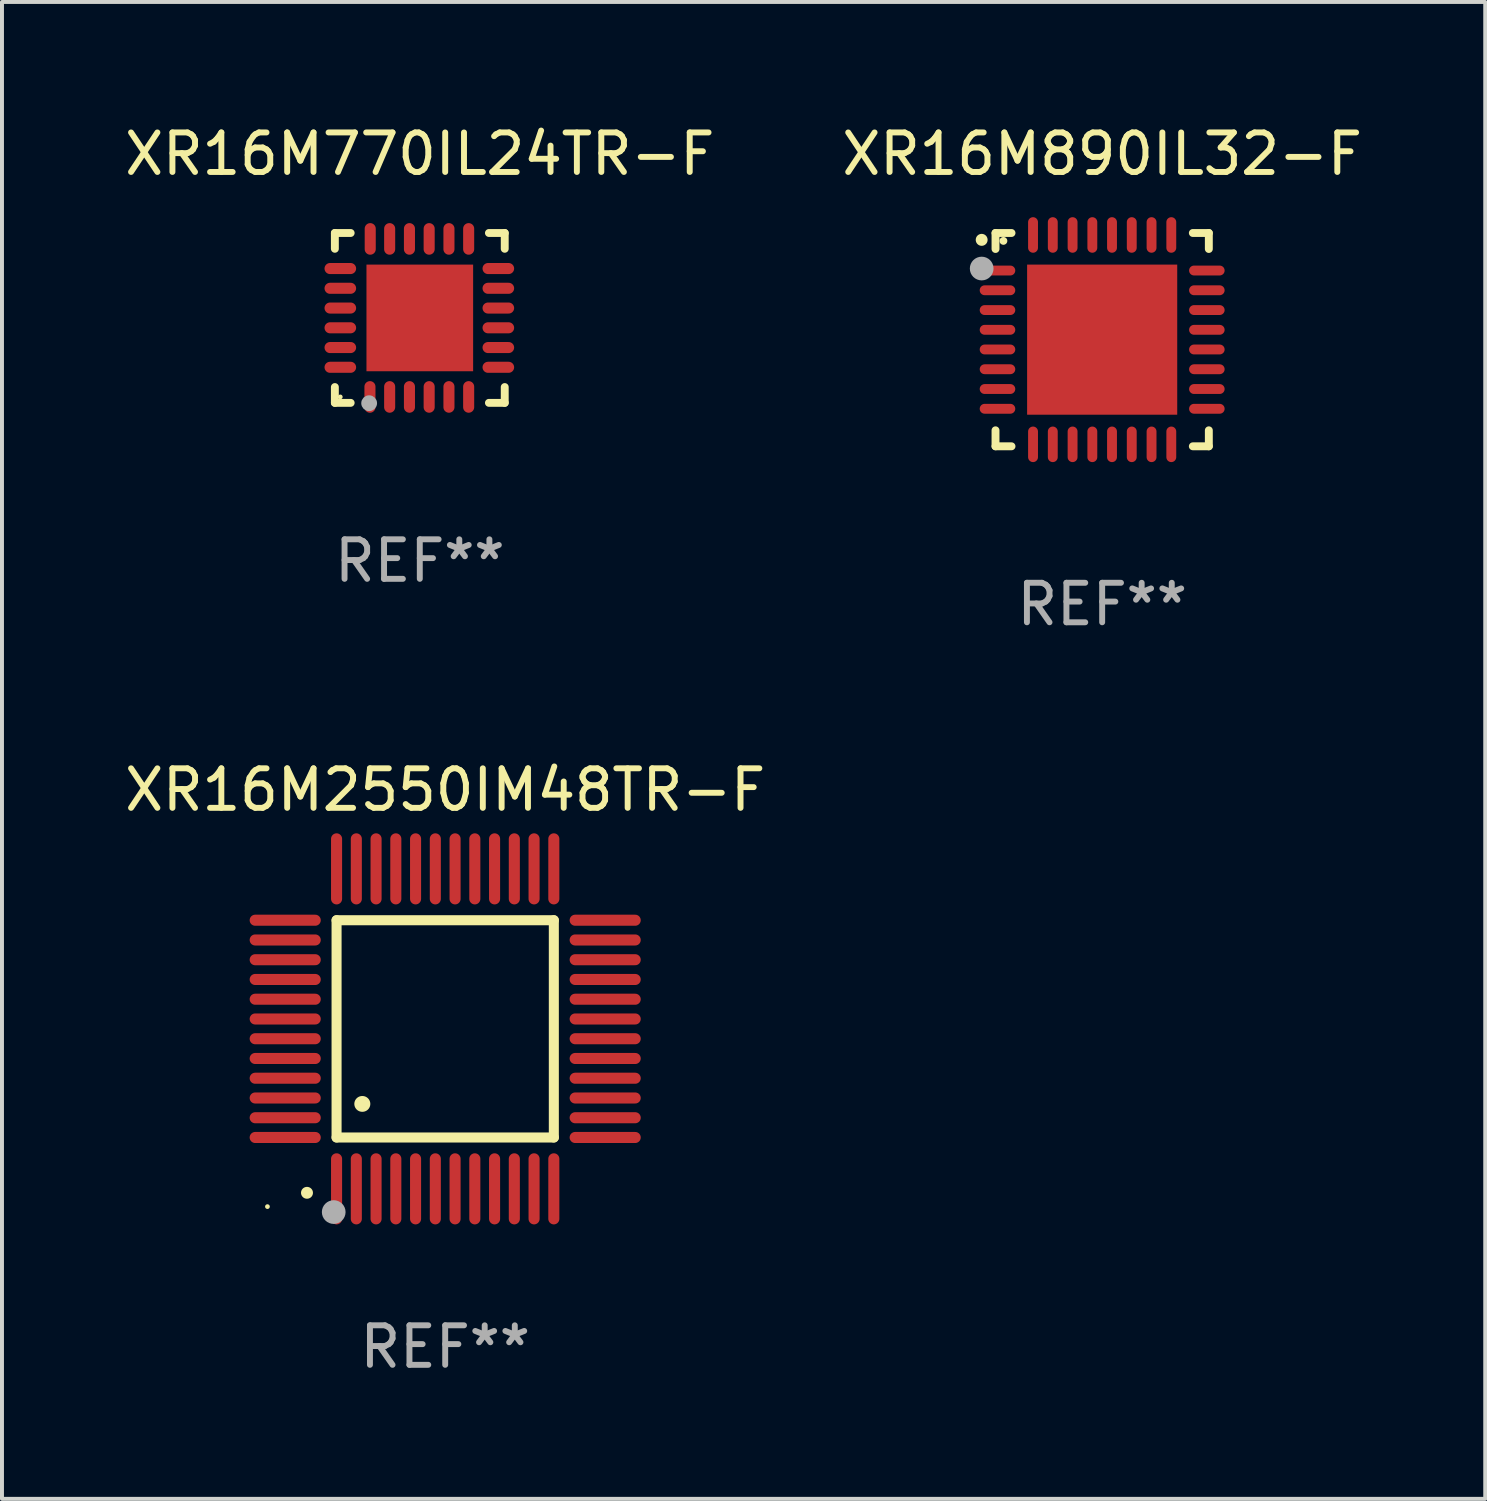
<source format=kicad_pcb>
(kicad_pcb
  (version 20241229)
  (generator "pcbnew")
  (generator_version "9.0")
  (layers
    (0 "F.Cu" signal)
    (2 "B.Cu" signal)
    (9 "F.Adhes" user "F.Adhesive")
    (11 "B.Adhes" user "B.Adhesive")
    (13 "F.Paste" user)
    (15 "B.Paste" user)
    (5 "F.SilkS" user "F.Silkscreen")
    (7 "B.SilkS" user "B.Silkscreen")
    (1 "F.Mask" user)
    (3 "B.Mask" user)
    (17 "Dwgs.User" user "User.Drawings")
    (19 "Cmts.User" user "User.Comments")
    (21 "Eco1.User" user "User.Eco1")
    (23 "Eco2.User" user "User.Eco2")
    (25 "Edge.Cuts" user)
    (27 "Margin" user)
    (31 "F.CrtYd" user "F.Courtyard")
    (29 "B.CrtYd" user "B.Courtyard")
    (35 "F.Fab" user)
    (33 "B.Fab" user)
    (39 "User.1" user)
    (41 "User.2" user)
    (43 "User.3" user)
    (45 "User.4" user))
  (footprint "XR16M890IL32-F"
    (layer "F.Cu")
    (at 24.851 5.548)
    (property "Reference" "XR16M890IL32-F" (at 0 -4.7 0) (layer "F.SilkS") (effects (font (size 1 1) (thickness 0.15))))
    (attr through_hole)
    (fp_line (start -2.7 -2.7) (end -2.295 -2.7) (stroke (width 0.2) (type solid)) (layer "F.SilkS"))
    (fp_line (start -2.7 -2.295) (end -2.7 -2.7) (stroke (width 0.2) (type solid)) (layer "F.SilkS"))
    (fp_line (start -2.7 2.295) (end -2.7 2.7) (stroke (width 0.2) (type solid)) (layer "F.SilkS"))
    (fp_line (start -2.7 2.7) (end -2.295 2.7) (stroke (width 0.2) (type solid)) (layer "F.SilkS"))
    (fp_line (start 2.295 -2.7) (end 2.7 -2.7) (stroke (width 0.2) (type solid)) (layer "F.SilkS"))
    (fp_line (start 2.295 2.7) (end 2.7 2.7) (stroke (width 0.2) (type solid)) (layer "F.SilkS"))
    (fp_line (start 2.7 -2.7) (end 2.7 -2.295) (stroke (width 0.2) (type solid)) (layer "F.SilkS"))
    (fp_line (start 2.7 2.7) (end 2.7 2.295) (stroke (width 0.2) (type solid)) (layer "F.SilkS"))
    (fp_arc (start -3.050546 -2.525349) (mid -3.050551 -2.526619) (end -3.050546 -2.527889) (stroke (width 0.3) (type solid)) (layer "F.SilkS"))
    (fp_circle (center -2.5 -2.5) (end -2.45 -2.5) (stroke (width 0.1) (type solid)) (fill no) (layer "F.SilkS"))
    (fp_circle (center -3.05 -1.8) (end -2.9 -1.8) (stroke (width 0.3) (type solid)) (fill no) (layer "F.Fab"))
    (fp_text user "REF**" (at 0 6.7 0) (layer "F.Fab") (effects (font (size 1 1) (thickness 0.15))))
    (pad "1" smd oval (at -2.65 -1.75) (size 0.9 0.25) (layers "F.Cu" "F.Mask" "F.Paste"))
    (pad "2" smd oval (at -2.65 -1.25) (size 0.9 0.25) (layers "F.Cu" "F.Mask" "F.Paste"))
    (pad "3" smd oval (at -2.65 -0.749) (size 0.9 0.25) (layers "F.Cu" "F.Mask" "F.Paste"))
    (pad "4" smd oval (at -2.65 -0.249) (size 0.9 0.25) (layers "F.Cu" "F.Mask" "F.Paste"))
    (pad "5" smd oval (at -2.65 0.249) (size 0.9 0.25) (layers "F.Cu" "F.Mask" "F.Paste"))
    (pad "6" smd oval (at -2.65 0.749) (size 0.9 0.25) (layers "F.Cu" "F.Mask" "F.Paste"))
    (pad "7" smd oval (at -2.65 1.25) (size 0.9 0.25) (layers "F.Cu" "F.Mask" "F.Paste"))
    (pad "8" smd oval (at -2.65 1.75) (size 0.9 0.25) (layers "F.Cu" "F.Mask" "F.Paste"))
    (pad "9" smd oval (at -1.75 2.65) (size 0.25 0.9) (layers "F.Cu" "F.Mask" "F.Paste"))
    (pad "10" smd oval (at -1.25 2.65) (size 0.25 0.9) (layers "F.Cu" "F.Mask" "F.Paste"))
    (pad "11" smd oval (at -0.749 2.65) (size 0.25 0.9) (layers "F.Cu" "F.Mask" "F.Paste"))
    (pad "12" smd oval (at -0.249 2.65) (size 0.25 0.9) (layers "F.Cu" "F.Mask" "F.Paste"))
    (pad "13" smd oval (at 0.249 2.65) (size 0.25 0.9) (layers "F.Cu" "F.Mask" "F.Paste"))
    (pad "14" smd oval (at 0.749 2.65) (size 0.25 0.9) (layers "F.Cu" "F.Mask" "F.Paste"))
    (pad "15" smd oval (at 1.25 2.65) (size 0.25 0.9) (layers "F.Cu" "F.Mask" "F.Paste"))
    (pad "16" smd oval (at 1.75 2.65) (size 0.25 0.9) (layers "F.Cu" "F.Mask" "F.Paste"))
    (pad "17" smd oval (at 2.65 1.75) (size 0.9 0.25) (layers "F.Cu" "F.Mask" "F.Paste"))
    (pad "18" smd oval (at 2.65 1.25) (size 0.9 0.25) (layers "F.Cu" "F.Mask" "F.Paste"))
    (pad "19" smd oval (at 2.65 0.749) (size 0.9 0.25) (layers "F.Cu" "F.Mask" "F.Paste"))
    (pad "20" smd oval (at 2.65 0.249) (size 0.9 0.25) (layers "F.Cu" "F.Mask" "F.Paste"))
    (pad "21" smd oval (at 2.65 -0.249) (size 0.9 0.25) (layers "F.Cu" "F.Mask" "F.Paste"))
    (pad "22" smd oval (at 2.65 -0.749) (size 0.9 0.25) (layers "F.Cu" "F.Mask" "F.Paste"))
    (pad "23" smd oval (at 2.65 -1.25) (size 0.9 0.25) (layers "F.Cu" "F.Mask" "F.Paste"))
    (pad "24" smd oval (at 2.65 -1.75) (size 0.9 0.25) (layers "F.Cu" "F.Mask" "F.Paste"))
    (pad "25" smd oval (at 1.75 -2.65) (size 0.25 0.9) (layers "F.Cu" "F.Mask" "F.Paste"))
    (pad "26" smd oval (at 1.25 -2.65) (size 0.25 0.9) (layers "F.Cu" "F.Mask" "F.Paste"))
    (pad "27" smd oval (at 0.749 -2.65) (size 0.25 0.9) (layers "F.Cu" "F.Mask" "F.Paste"))
    (pad "28" smd oval (at 0.249 -2.65) (size 0.25 0.9) (layers "F.Cu" "F.Mask" "F.Paste"))
    (pad "29" smd oval (at -0.249 -2.65) (size 0.25 0.9) (layers "F.Cu" "F.Mask" "F.Paste"))
    (pad "30" smd oval (at -0.749 -2.65) (size 0.25 0.9) (layers "F.Cu" "F.Mask" "F.Paste"))
    (pad "31" smd oval (at -1.25 -2.65) (size 0.25 0.9) (layers "F.Cu" "F.Mask" "F.Paste"))
    (pad "32" smd oval (at -1.75 -2.65) (size 0.25 0.9) (layers "F.Cu" "F.Mask" "F.Paste"))
    (pad "33" smd rect (at -0.000025 0.000127) (size 3.8 3.8) (layers "F.Cu" "F.Mask" "F.Paste")))
  (footprint "XR16M770IL24TR-F"
    (layer "F.Cu")
    (at 7.577 4.998)
    (property "Reference" "XR16M770IL24TR-F" (at 0 -4.15 0) (layer "F.SilkS") (effects (font (size 1 1) (thickness 0.15))))
    (attr through_hole)
    (fp_line (start -2.15 -2.15) (end -1.75 -2.15) (stroke (width 0.2) (type solid)) (layer "F.SilkS"))
    (fp_line (start -2.15 -1.75) (end -2.15 -2.15) (stroke (width 0.2) (type solid)) (layer "F.SilkS"))
    (fp_line (start -2.15 2.15) (end -2.15 1.75) (stroke (width 0.2) (type solid)) (layer "F.SilkS"))
    (fp_line (start -1.75 2.15) (end -2.15 2.15) (stroke (width 0.2) (type solid)) (layer "F.SilkS"))
    (fp_line (start 2.15 -2.15) (end 1.75 -2.15) (stroke (width 0.2) (type solid)) (layer "F.SilkS"))
    (fp_line (start 2.15 -1.75) (end 2.15 -2.15) (stroke (width 0.2) (type solid)) (layer "F.SilkS"))
    (fp_line (start 2.15 1.75) (end 2.15 2.15) (stroke (width 0.2) (type solid)) (layer "F.SilkS"))
    (fp_line (start 2.15 2.15) (end 1.75 2.15) (stroke (width 0.2) (type solid)) (layer "F.SilkS"))
    (fp_circle (center -2.013 2) (end -1.983 2) (stroke (width 0.06) (type solid)) (fill no) (layer "F.SilkS"))
    (fp_circle (center -1.282 2.159) (end -1.182 2.159) (stroke (width 0.2) (type solid)) (fill no) (layer "F.Fab"))
    (fp_text user "REF**" (at 0 6.15 0) (layer "F.Fab") (effects (font (size 1 1) (thickness 0.15))))
    (pad "1" smd oval (at -1.262 2) (size 0.28 0.8) (layers "F.Cu" "F.Mask" "F.Paste"))
    (pad "2" smd oval (at -0.763 2) (size 0.28 0.8) (layers "F.Cu" "F.Mask" "F.Paste"))
    (pad "3" smd oval (at -0.262 2) (size 0.28 0.8) (layers "F.Cu" "F.Mask" "F.Paste"))
    (pad "4" smd oval (at 0.237 2) (size 0.28 0.8) (layers "F.Cu" "F.Mask" "F.Paste"))
    (pad "5" smd oval (at 0.738 2) (size 0.28 0.8) (layers "F.Cu" "F.Mask" "F.Paste"))
    (pad "6" smd oval (at 1.237 2) (size 0.28 0.8) (layers "F.Cu" "F.Mask" "F.Paste"))
    (pad "7" smd oval (at 1.988 1.25) (size 0.8 0.28) (layers "F.Cu" "F.Mask" "F.Paste"))
    (pad "8" smd oval (at 1.988 0.75) (size 0.8 0.28) (layers "F.Cu" "F.Mask" "F.Paste"))
    (pad "9" smd oval (at 1.988 0.25) (size 0.8 0.28) (layers "F.Cu" "F.Mask" "F.Paste"))
    (pad "10" smd oval (at 1.988 -0.25) (size 0.8 0.28) (layers "F.Cu" "F.Mask" "F.Paste"))
    (pad "11" smd oval (at 1.988 -0.75) (size 0.8 0.28) (layers "F.Cu" "F.Mask" "F.Paste"))
    (pad "12" smd oval (at 1.988 -1.25) (size 0.8 0.28) (layers "F.Cu" "F.Mask" "F.Paste"))
    (pad "13" smd oval (at 1.237 -2) (size 0.28 0.8) (layers "F.Cu" "F.Mask" "F.Paste"))
    (pad "14" smd oval (at 0.738 -2) (size 0.28 0.8) (layers "F.Cu" "F.Mask" "F.Paste"))
    (pad "15" smd oval (at 0.237 -2) (size 0.28 0.8) (layers "F.Cu" "F.Mask" "F.Paste"))
    (pad "16" smd oval (at -0.262 -2) (size 0.28 0.8) (layers "F.Cu" "F.Mask" "F.Paste"))
    (pad "17" smd oval (at -0.763 -2) (size 0.28 0.8) (layers "F.Cu" "F.Mask" "F.Paste"))
    (pad "18" smd oval (at -1.255 -2) (size 0.28 0.8) (layers "F.Cu" "F.Mask" "F.Paste"))
    (pad "19" smd oval (at -2.012 -1.25) (size 0.8 0.28) (layers "F.Cu" "F.Mask" "F.Paste"))
    (pad "20" smd oval (at -2.012 -0.75) (size 0.8 0.28) (layers "F.Cu" "F.Mask" "F.Paste"))
    (pad "21" smd oval (at -2.012 -0.25) (size 0.8 0.28) (layers "F.Cu" "F.Mask" "F.Paste"))
    (pad "22" smd oval (at -2.012 0.25) (size 0.8 0.28) (layers "F.Cu" "F.Mask" "F.Paste"))
    (pad "23" smd oval (at -2.012 0.75) (size 0.8 0.28) (layers "F.Cu" "F.Mask" "F.Paste"))
    (pad "24" smd oval (at -2.012 1.25) (size 0.8 0.28) (layers "F.Cu" "F.Mask" "F.Paste"))
    (pad "25" smd rect (at -0.000013 -0.000025) (size 2.7 2.7) (layers "F.Cu" "F.Mask" "F.Paste")))
  (footprint "XR16M2550IM48TR-F"
    (layer "F.Cu")
    (at 8.22 22.995)
    (property "Reference" "XR16M2550IM48TR-F" (at 0 -6.05 0) (layer "F.SilkS") (effects (font (size 1 1) (thickness 0.15))))
    (attr through_hole)
    (fp_line (start -2.75 -2.75) (end 2.75 -2.75) (stroke (width 0.254) (type solid)) (layer "F.SilkS"))
    (fp_line (start -2.75 2.75) (end -2.75 -2.75) (stroke (width 0.254) (type solid)) (layer "F.SilkS"))
    (fp_line (start 2.75 -2.75) (end 2.75 2.75) (stroke (width 0.254) (type solid)) (layer "F.SilkS"))
    (fp_line (start 2.75 2.75) (end -2.75 2.75) (stroke (width 0.254) (type solid)) (layer "F.SilkS"))
    (fp_arc (start -3.500127 4.150368) (mid -3.498857 4.150363) (end -3.497587 4.150368) (stroke (width 0.3) (type solid)) (layer "F.SilkS"))
    (fp_arc (start -2.100584 1.899924) (mid -2.098044 1.899908) (end -2.095504 1.899924) (stroke (width 0.4) (type solid)) (layer "F.SilkS"))
    (fp_circle (center -4.5 4.5) (end -4.47 4.5) (stroke (width 0.06) (type solid)) (fill no) (layer "F.SilkS"))
    (fp_circle (center -2.822 4.638) (end -2.672 4.638) (stroke (width 0.3) (type solid)) (fill no) (layer "F.Fab"))
    (fp_text user "REF**" (at 0 8.05 0) (layer "F.Fab") (effects (font (size 1 1) (thickness 0.15))))
    (pad "1" smd oval (at -2.75 4.05) (size 0.28 1.8) (layers "F.Cu" "F.Mask" "F.Paste"))
    (pad "2" smd oval (at -2.25 4.05) (size 0.28 1.8) (layers "F.Cu" "F.Mask" "F.Paste"))
    (pad "3" smd oval (at -1.75 4.05) (size 0.28 1.8) (layers "F.Cu" "F.Mask" "F.Paste"))
    (pad "4" smd oval (at -1.25 4.05) (size 0.28 1.8) (layers "F.Cu" "F.Mask" "F.Paste"))
    (pad "5" smd oval (at -0.75 4.05) (size 0.28 1.8) (layers "F.Cu" "F.Mask" "F.Paste"))
    (pad "6" smd oval (at -0.25 4.05) (size 0.28 1.8) (layers "F.Cu" "F.Mask" "F.Paste"))
    (pad "7" smd oval (at 0.25 4.05) (size 0.28 1.8) (layers "F.Cu" "F.Mask" "F.Paste"))
    (pad "8" smd oval (at 0.75 4.05) (size 0.28 1.8) (layers "F.Cu" "F.Mask" "F.Paste"))
    (pad "9" smd oval (at 1.25 4.05) (size 0.28 1.8) (layers "F.Cu" "F.Mask" "F.Paste"))
    (pad "10" smd oval (at 1.75 4.05) (size 0.28 1.8) (layers "F.Cu" "F.Mask" "F.Paste"))
    (pad "11" smd oval (at 2.25 4.05) (size 0.28 1.8) (layers "F.Cu" "F.Mask" "F.Paste"))
    (pad "12" smd oval (at 2.75 4.05) (size 0.28 1.8) (layers "F.Cu" "F.Mask" "F.Paste"))
    (pad "13" smd oval (at 4.05 2.75) (size 1.8 0.28) (layers "F.Cu" "F.Mask" "F.Paste"))
    (pad "14" smd oval (at 4.05 2.25) (size 1.8 0.28) (layers "F.Cu" "F.Mask" "F.Paste"))
    (pad "15" smd oval (at 4.05 1.75) (size 1.8 0.28) (layers "F.Cu" "F.Mask" "F.Paste"))
    (pad "16" smd oval (at 4.05 1.25) (size 1.8 0.28) (layers "F.Cu" "F.Mask" "F.Paste"))
    (pad "17" smd oval (at 4.05 0.75) (size 1.8 0.28) (layers "F.Cu" "F.Mask" "F.Paste"))
    (pad "18" smd oval (at 4.05 0.25) (size 1.8 0.28) (layers "F.Cu" "F.Mask" "F.Paste"))
    (pad "19" smd oval (at 4.05 -0.25) (size 1.8 0.28) (layers "F.Cu" "F.Mask" "F.Paste"))
    (pad "20" smd oval (at 4.05 -0.75) (size 1.8 0.28) (layers "F.Cu" "F.Mask" "F.Paste"))
    (pad "21" smd oval (at 4.05 -1.25) (size 1.8 0.28) (layers "F.Cu" "F.Mask" "F.Paste"))
    (pad "22" smd oval (at 4.05 -1.75) (size 1.8 0.28) (layers "F.Cu" "F.Mask" "F.Paste"))
    (pad "23" smd oval (at 4.05 -2.25) (size 1.8 0.28) (layers "F.Cu" "F.Mask" "F.Paste"))
    (pad "24" smd oval (at 4.05 -2.75) (size 1.8 0.28) (layers "F.Cu" "F.Mask" "F.Paste"))
    (pad "25" smd oval (at 2.75 -4.05) (size 0.28 1.8) (layers "F.Cu" "F.Mask" "F.Paste"))
    (pad "26" smd oval (at 2.25 -4.05) (size 0.28 1.8) (layers "F.Cu" "F.Mask" "F.Paste"))
    (pad "27" smd oval (at 1.75 -4.05) (size 0.28 1.8) (layers "F.Cu" "F.Mask" "F.Paste"))
    (pad "28" smd oval (at 1.25 -4.05) (size 0.28 1.8) (layers "F.Cu" "F.Mask" "F.Paste"))
    (pad "29" smd oval (at 0.75 -4.05) (size 0.28 1.8) (layers "F.Cu" "F.Mask" "F.Paste"))
    (pad "30" smd oval (at 0.25 -4.05) (size 0.28 1.8) (layers "F.Cu" "F.Mask" "F.Paste"))
    (pad "31" smd oval (at -0.25 -4.05) (size 0.28 1.8) (layers "F.Cu" "F.Mask" "F.Paste"))
    (pad "32" smd oval (at -0.75 -4.05) (size 0.28 1.8) (layers "F.Cu" "F.Mask" "F.Paste"))
    (pad "33" smd oval (at -1.25 -4.05) (size 0.28 1.8) (layers "F.Cu" "F.Mask" "F.Paste"))
    (pad "34" smd oval (at -1.75 -4.05) (size 0.28 1.8) (layers "F.Cu" "F.Mask" "F.Paste"))
    (pad "35" smd oval (at -2.25 -4.05) (size 0.28 1.8) (layers "F.Cu" "F.Mask" "F.Paste"))
    (pad "36" smd oval (at -2.75 -4.05) (size 0.28 1.8) (layers "F.Cu" "F.Mask" "F.Paste"))
    (pad "37" smd oval (at -4.05 -2.75) (size 1.8 0.28) (layers "F.Cu" "F.Mask" "F.Paste"))
    (pad "38" smd oval (at -4.05 -2.25) (size 1.8 0.28) (layers "F.Cu" "F.Mask" "F.Paste"))
    (pad "39" smd oval (at -4.05 -1.75) (size 1.8 0.28) (layers "F.Cu" "F.Mask" "F.Paste"))
    (pad "40" smd oval (at -4.05 -1.25) (size 1.8 0.28) (layers "F.Cu" "F.Mask" "F.Paste"))
    (pad "41" smd oval (at -4.05 -0.75) (size 1.8 0.28) (layers "F.Cu" "F.Mask" "F.Paste"))
    (pad "42" smd oval (at -4.05 -0.25) (size 1.8 0.28) (layers "F.Cu" "F.Mask" "F.Paste"))
    (pad "43" smd oval (at -4.05 0.25) (size 1.8 0.28) (layers "F.Cu" "F.Mask" "F.Paste"))
    (pad "44" smd oval (at -4.05 0.75) (size 1.8 0.28) (layers "F.Cu" "F.Mask" "F.Paste"))
    (pad "45" smd oval (at -4.05 1.25) (size 1.8 0.28) (layers "F.Cu" "F.Mask" "F.Paste"))
    (pad "46" smd oval (at -4.05 1.75) (size 1.8 0.28) (layers "F.Cu" "F.Mask" "F.Paste"))
    (pad "47" smd oval (at -4.05 2.25) (size 1.8 0.28) (layers "F.Cu" "F.Mask" "F.Paste"))
    (pad "48" smd oval (at -4.05 2.75) (size 1.8 0.28) (layers "F.Cu" "F.Mask" "F.Paste")))
  (gr_rect
    (start -3 -3)
    (end 34.548 34.893)
    (stroke (width 0.1) (type default))
    (fill no)
    (layer "Edge.Cuts")))
</source>
